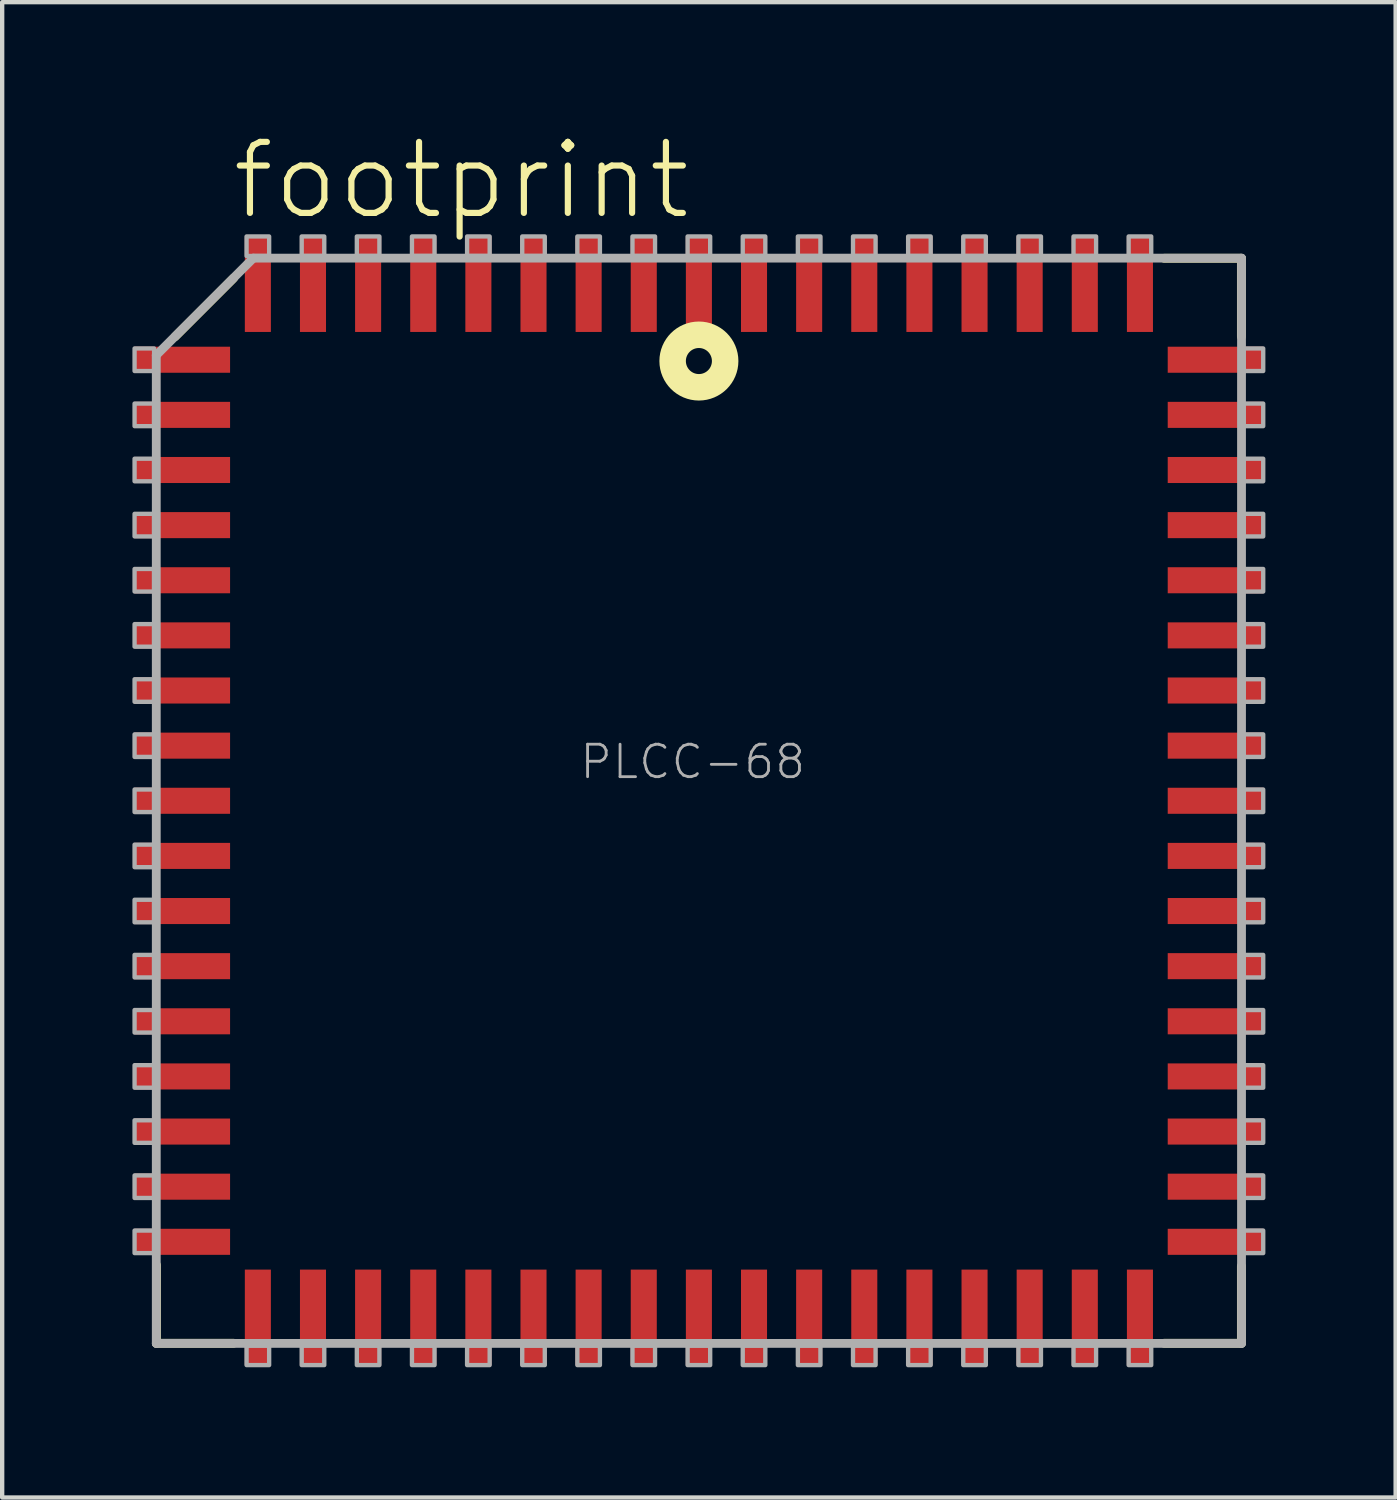
<source format=kicad_pcb>
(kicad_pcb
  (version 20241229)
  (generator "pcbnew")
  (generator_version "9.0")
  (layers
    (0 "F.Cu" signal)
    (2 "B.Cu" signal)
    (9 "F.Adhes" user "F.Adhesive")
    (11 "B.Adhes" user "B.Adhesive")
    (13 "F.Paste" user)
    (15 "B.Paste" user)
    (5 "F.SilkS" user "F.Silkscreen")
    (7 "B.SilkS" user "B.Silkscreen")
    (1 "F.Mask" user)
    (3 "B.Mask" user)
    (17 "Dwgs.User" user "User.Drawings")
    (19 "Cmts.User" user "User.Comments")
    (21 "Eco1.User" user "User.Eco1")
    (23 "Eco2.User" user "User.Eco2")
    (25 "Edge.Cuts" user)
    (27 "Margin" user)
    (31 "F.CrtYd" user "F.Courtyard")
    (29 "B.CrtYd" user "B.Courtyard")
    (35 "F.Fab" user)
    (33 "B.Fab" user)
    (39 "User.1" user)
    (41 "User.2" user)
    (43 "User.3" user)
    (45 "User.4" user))
  (footprint "footprint"
    (layer "F.Cu")
    (at 13.05 15.397)
    (property "Reference" "footprint" (at -10.825 -13.335 0) (layer "F.SilkS") (effects (font (size 1.636 1.636) (thickness 0.142)) (justify left bottom)))
    (fp_line (start -12.497 10.693) (end -12.497 12.497) (stroke (width 0.203) (type solid)) (layer "F.SilkS"))
    (fp_line (start -12.497 12.497) (end -10.719 12.497) (stroke (width 0.203) (type solid)) (layer "F.SilkS"))
    (fp_line (start -12.065 -10.693) (end -10.719 -12.04) (stroke (width 0.203) (type solid)) (layer "F.SilkS"))
    (fp_line (start 10.719 12.497) (end 12.497 12.497) (stroke (width 0.203) (type solid)) (layer "F.SilkS"))
    (fp_line (start 12.497 -12.497) (end 10.719 -12.497) (stroke (width 0.203) (type solid)) (layer "F.SilkS"))
    (fp_line (start 12.497 -10.693) (end 12.497 -12.497) (stroke (width 0.203) (type solid)) (layer "F.SilkS"))
    (fp_line (start 12.497 12.497) (end 12.497 10.719) (stroke (width 0.203) (type solid)) (layer "F.SilkS"))
    (fp_circle (center 0 -10.13) (end 0.3 -10.13) (stroke (width 0.61) (type solid)) (fill no) (layer "F.SilkS"))
    (fp_line (start -12.5 -10.265) (end -12.5 12.5) (stroke (width 0.203) (type solid)) (layer "F.Fab"))
    (fp_line (start -12.5 12.5) (end 12.5 12.5) (stroke (width 0.203) (type solid)) (layer "F.Fab"))
    (fp_line (start -10.265 -12.5) (end -12.5 -10.265) (stroke (width 0.203) (type solid)) (layer "F.Fab"))
    (fp_line (start 12.5 -12.5) (end -10.265 -12.5) (stroke (width 0.203) (type solid)) (layer "F.Fab"))
    (fp_line (start 12.5 12.5) (end 12.5 -12.5) (stroke (width 0.203) (type solid)) (layer "F.Fab"))
    (fp_poly (pts (xy -13 -9.9) (xy -12.55 -9.9) (xy -12.55 -10.42) (xy -13 -10.42)) (stroke (width 0.1) (type solid)) (fill no) (layer "F.Fab"))
    (fp_poly (pts (xy -13 -8.63) (xy -12.55 -8.63) (xy -12.55 -9.15) (xy -13 -9.15)) (stroke (width 0.1) (type solid)) (fill no) (layer "F.Fab"))
    (fp_poly (pts (xy -13 -7.36) (xy -12.55 -7.36) (xy -12.55 -7.88) (xy -13 -7.88)) (stroke (width 0.1) (type solid)) (fill no) (layer "F.Fab"))
    (fp_poly (pts (xy -13 -6.09) (xy -12.55 -6.09) (xy -12.55 -6.61) (xy -13 -6.61)) (stroke (width 0.1) (type solid)) (fill no) (layer "F.Fab"))
    (fp_poly (pts (xy -13 -4.82) (xy -12.55 -4.82) (xy -12.55 -5.34) (xy -13 -5.34)) (stroke (width 0.1) (type solid)) (fill no) (layer "F.Fab"))
    (fp_poly (pts (xy -13 -3.55) (xy -12.55 -3.55) (xy -12.55 -4.07) (xy -13 -4.07)) (stroke (width 0.1) (type solid)) (fill no) (layer "F.Fab"))
    (fp_poly (pts (xy -13 -2.28) (xy -12.55 -2.28) (xy -12.55 -2.8) (xy -13 -2.8)) (stroke (width 0.1) (type solid)) (fill no) (layer "F.Fab"))
    (fp_poly (pts (xy -13 -1.01) (xy -12.55 -1.01) (xy -12.55 -1.53) (xy -13 -1.53)) (stroke (width 0.1) (type solid)) (fill no) (layer "F.Fab"))
    (fp_poly (pts (xy -13 0.26) (xy -12.55 0.26) (xy -12.55 -0.26) (xy -13 -0.26)) (stroke (width 0.1) (type solid)) (fill no) (layer "F.Fab"))
    (fp_poly (pts (xy -13 1.53) (xy -12.55 1.53) (xy -12.55 1.01) (xy -13 1.01)) (stroke (width 0.1) (type solid)) (fill no) (layer "F.Fab"))
    (fp_poly (pts (xy -13 2.8) (xy -12.55 2.8) (xy -12.55 2.28) (xy -13 2.28)) (stroke (width 0.1) (type solid)) (fill no) (layer "F.Fab"))
    (fp_poly (pts (xy -13 4.07) (xy -12.55 4.07) (xy -12.55 3.55) (xy -13 3.55)) (stroke (width 0.1) (type solid)) (fill no) (layer "F.Fab"))
    (fp_poly (pts (xy -13 5.34) (xy -12.55 5.34) (xy -12.55 4.82) (xy -13 4.82)) (stroke (width 0.1) (type solid)) (fill no) (layer "F.Fab"))
    (fp_poly (pts (xy -13 6.61) (xy -12.55 6.61) (xy -12.55 6.09) (xy -13 6.09)) (stroke (width 0.1) (type solid)) (fill no) (layer "F.Fab"))
    (fp_poly (pts (xy -13 7.88) (xy -12.55 7.88) (xy -12.55 7.36) (xy -13 7.36)) (stroke (width 0.1) (type solid)) (fill no) (layer "F.Fab"))
    (fp_poly (pts (xy -13 9.15) (xy -12.55 9.15) (xy -12.55 8.63) (xy -13 8.63)) (stroke (width 0.1) (type solid)) (fill no) (layer "F.Fab"))
    (fp_poly (pts (xy -13 10.42) (xy -12.55 10.42) (xy -12.55 9.9) (xy -13 9.9)) (stroke (width 0.1) (type solid)) (fill no) (layer "F.Fab"))
    (fp_poly (pts (xy -10.42 -12.55) (xy -9.9 -12.55) (xy -9.9 -13) (xy -10.42 -13)) (stroke (width 0.1) (type solid)) (fill no) (layer "F.Fab"))
    (fp_poly (pts (xy -10.42 13) (xy -9.9 13) (xy -9.9 12.55) (xy -10.42 12.55)) (stroke (width 0.1) (type solid)) (fill no) (layer "F.Fab"))
    (fp_poly (pts (xy -9.15 -12.55) (xy -8.63 -12.55) (xy -8.63 -13) (xy -9.15 -13)) (stroke (width 0.1) (type solid)) (fill no) (layer "F.Fab"))
    (fp_poly (pts (xy -9.15 13) (xy -8.63 13) (xy -8.63 12.55) (xy -9.15 12.55)) (stroke (width 0.1) (type solid)) (fill no) (layer "F.Fab"))
    (fp_poly (pts (xy -7.88 -12.55) (xy -7.36 -12.55) (xy -7.36 -13) (xy -7.88 -13)) (stroke (width 0.1) (type solid)) (fill no) (layer "F.Fab"))
    (fp_poly (pts (xy -7.88 13) (xy -7.36 13) (xy -7.36 12.55) (xy -7.88 12.55)) (stroke (width 0.1) (type solid)) (fill no) (layer "F.Fab"))
    (fp_poly (pts (xy -6.61 -12.55) (xy -6.09 -12.55) (xy -6.09 -13) (xy -6.61 -13)) (stroke (width 0.1) (type solid)) (fill no) (layer "F.Fab"))
    (fp_poly (pts (xy -6.61 13) (xy -6.09 13) (xy -6.09 12.55) (xy -6.61 12.55)) (stroke (width 0.1) (type solid)) (fill no) (layer "F.Fab"))
    (fp_poly (pts (xy -5.34 -12.55) (xy -4.82 -12.55) (xy -4.82 -13) (xy -5.34 -13)) (stroke (width 0.1) (type solid)) (fill no) (layer "F.Fab"))
    (fp_poly (pts (xy -5.34 13) (xy -4.82 13) (xy -4.82 12.55) (xy -5.34 12.55)) (stroke (width 0.1) (type solid)) (fill no) (layer "F.Fab"))
    (fp_poly (pts (xy -4.07 -12.55) (xy -3.55 -12.55) (xy -3.55 -13) (xy -4.07 -13)) (stroke (width 0.1) (type solid)) (fill no) (layer "F.Fab"))
    (fp_poly (pts (xy -4.07 13) (xy -3.55 13) (xy -3.55 12.55) (xy -4.07 12.55)) (stroke (width 0.1) (type solid)) (fill no) (layer "F.Fab"))
    (fp_poly (pts (xy -2.8 -12.55) (xy -2.28 -12.55) (xy -2.28 -13) (xy -2.8 -13)) (stroke (width 0.1) (type solid)) (fill no) (layer "F.Fab"))
    (fp_poly (pts (xy -2.8 13) (xy -2.28 13) (xy -2.28 12.55) (xy -2.8 12.55)) (stroke (width 0.1) (type solid)) (fill no) (layer "F.Fab"))
    (fp_poly (pts (xy -1.53 -12.55) (xy -1.01 -12.55) (xy -1.01 -13) (xy -1.53 -13)) (stroke (width 0.1) (type solid)) (fill no) (layer "F.Fab"))
    (fp_poly (pts (xy -1.53 13) (xy -1.01 13) (xy -1.01 12.55) (xy -1.53 12.55)) (stroke (width 0.1) (type solid)) (fill no) (layer "F.Fab"))
    (fp_poly (pts (xy -0.26 -12.55) (xy 0.26 -12.55) (xy 0.26 -13) (xy -0.26 -13)) (stroke (width 0.1) (type solid)) (fill no) (layer "F.Fab"))
    (fp_poly (pts (xy -0.26 13) (xy 0.26 13) (xy 0.26 12.55) (xy -0.26 12.55)) (stroke (width 0.1) (type solid)) (fill no) (layer "F.Fab"))
    (fp_poly (pts (xy 1.01 -12.55) (xy 1.53 -12.55) (xy 1.53 -13) (xy 1.01 -13)) (stroke (width 0.1) (type solid)) (fill no) (layer "F.Fab"))
    (fp_poly (pts (xy 1.01 13) (xy 1.53 13) (xy 1.53 12.55) (xy 1.01 12.55)) (stroke (width 0.1) (type solid)) (fill no) (layer "F.Fab"))
    (fp_poly (pts (xy 2.28 -12.55) (xy 2.8 -12.55) (xy 2.8 -13) (xy 2.28 -13)) (stroke (width 0.1) (type solid)) (fill no) (layer "F.Fab"))
    (fp_poly (pts (xy 2.28 13) (xy 2.8 13) (xy 2.8 12.55) (xy 2.28 12.55)) (stroke (width 0.1) (type solid)) (fill no) (layer "F.Fab"))
    (fp_poly (pts (xy 3.55 -12.55) (xy 4.07 -12.55) (xy 4.07 -13) (xy 3.55 -13)) (stroke (width 0.1) (type solid)) (fill no) (layer "F.Fab"))
    (fp_poly (pts (xy 3.55 13) (xy 4.07 13) (xy 4.07 12.55) (xy 3.55 12.55)) (stroke (width 0.1) (type solid)) (fill no) (layer "F.Fab"))
    (fp_poly (pts (xy 4.82 -12.55) (xy 5.34 -12.55) (xy 5.34 -13) (xy 4.82 -13)) (stroke (width 0.1) (type solid)) (fill no) (layer "F.Fab"))
    (fp_poly (pts (xy 4.82 13) (xy 5.34 13) (xy 5.34 12.55) (xy 4.82 12.55)) (stroke (width 0.1) (type solid)) (fill no) (layer "F.Fab"))
    (fp_poly (pts (xy 6.09 -12.55) (xy 6.61 -12.55) (xy 6.61 -13) (xy 6.09 -13)) (stroke (width 0.1) (type solid)) (fill no) (layer "F.Fab"))
    (fp_poly (pts (xy 6.09 13) (xy 6.61 13) (xy 6.61 12.55) (xy 6.09 12.55)) (stroke (width 0.1) (type solid)) (fill no) (layer "F.Fab"))
    (fp_poly (pts (xy 7.36 -12.55) (xy 7.88 -12.55) (xy 7.88 -13) (xy 7.36 -13)) (stroke (width 0.1) (type solid)) (fill no) (layer "F.Fab"))
    (fp_poly (pts (xy 7.36 13) (xy 7.88 13) (xy 7.88 12.55) (xy 7.36 12.55)) (stroke (width 0.1) (type solid)) (fill no) (layer "F.Fab"))
    (fp_poly (pts (xy 8.63 -12.55) (xy 9.15 -12.55) (xy 9.15 -13) (xy 8.63 -13)) (stroke (width 0.1) (type solid)) (fill no) (layer "F.Fab"))
    (fp_poly (pts (xy 8.63 13) (xy 9.15 13) (xy 9.15 12.55) (xy 8.63 12.55)) (stroke (width 0.1) (type solid)) (fill no) (layer "F.Fab"))
    (fp_poly (pts (xy 9.9 -12.55) (xy 10.42 -12.55) (xy 10.42 -13) (xy 9.9 -13)) (stroke (width 0.1) (type solid)) (fill no) (layer "F.Fab"))
    (fp_poly (pts (xy 9.9 13) (xy 10.42 13) (xy 10.42 12.55) (xy 9.9 12.55)) (stroke (width 0.1) (type solid)) (fill no) (layer "F.Fab"))
    (fp_poly (pts (xy 12.55 -9.9) (xy 13 -9.9) (xy 13 -10.42) (xy 12.55 -10.42)) (stroke (width 0.1) (type solid)) (fill no) (layer "F.Fab"))
    (fp_poly (pts (xy 12.55 -8.63) (xy 13 -8.63) (xy 13 -9.15) (xy 12.55 -9.15)) (stroke (width 0.1) (type solid)) (fill no) (layer "F.Fab"))
    (fp_poly (pts (xy 12.55 -7.36) (xy 13 -7.36) (xy 13 -7.88) (xy 12.55 -7.88)) (stroke (width 0.1) (type solid)) (fill no) (layer "F.Fab"))
    (fp_poly (pts (xy 12.55 -6.09) (xy 13 -6.09) (xy 13 -6.61) (xy 12.55 -6.61)) (stroke (width 0.1) (type solid)) (fill no) (layer "F.Fab"))
    (fp_poly (pts (xy 12.55 -4.82) (xy 13 -4.82) (xy 13 -5.34) (xy 12.55 -5.34)) (stroke (width 0.1) (type solid)) (fill no) (layer "F.Fab"))
    (fp_poly (pts (xy 12.55 -3.55) (xy 13 -3.55) (xy 13 -4.07) (xy 12.55 -4.07)) (stroke (width 0.1) (type solid)) (fill no) (layer "F.Fab"))
    (fp_poly (pts (xy 12.55 -2.28) (xy 13 -2.28) (xy 13 -2.8) (xy 12.55 -2.8)) (stroke (width 0.1) (type solid)) (fill no) (layer "F.Fab"))
    (fp_poly (pts (xy 12.55 -1.01) (xy 13 -1.01) (xy 13 -1.53) (xy 12.55 -1.53)) (stroke (width 0.1) (type solid)) (fill no) (layer "F.Fab"))
    (fp_poly (pts (xy 12.55 0.26) (xy 13 0.26) (xy 13 -0.26) (xy 12.55 -0.26)) (stroke (width 0.1) (type solid)) (fill no) (layer "F.Fab"))
    (fp_poly (pts (xy 12.55 1.53) (xy 13 1.53) (xy 13 1.01) (xy 12.55 1.01)) (stroke (width 0.1) (type solid)) (fill no) (layer "F.Fab"))
    (fp_poly (pts (xy 12.55 2.8) (xy 13 2.8) (xy 13 2.28) (xy 12.55 2.28)) (stroke (width 0.1) (type solid)) (fill no) (layer "F.Fab"))
    (fp_poly (pts (xy 12.55 4.07) (xy 13 4.07) (xy 13 3.55) (xy 12.55 3.55)) (stroke (width 0.1) (type solid)) (fill no) (layer "F.Fab"))
    (fp_poly (pts (xy 12.55 5.34) (xy 13 5.34) (xy 13 4.82) (xy 12.55 4.82)) (stroke (width 0.1) (type solid)) (fill no) (layer "F.Fab"))
    (fp_poly (pts (xy 12.55 6.61) (xy 13 6.61) (xy 13 6.09) (xy 12.55 6.09)) (stroke (width 0.1) (type solid)) (fill no) (layer "F.Fab"))
    (fp_poly (pts (xy 12.55 7.88) (xy 13 7.88) (xy 13 7.36) (xy 12.55 7.36)) (stroke (width 0.1) (type solid)) (fill no) (layer "F.Fab"))
    (fp_poly (pts (xy 12.55 9.15) (xy 13 9.15) (xy 13 8.63) (xy 12.55 8.63)) (stroke (width 0.1) (type solid)) (fill no) (layer "F.Fab"))
    (fp_poly (pts (xy 12.55 10.42) (xy 13 10.42) (xy 13 9.9) (xy 12.55 9.9)) (stroke (width 0.1) (type solid)) (fill no) (layer "F.Fab"))
    (fp_text user "PLCC-68" (at -2.785 -0.46 0) (layer "F.Fab") (effects (font (size 0.748 0.748) (thickness 0.065)) (justify left bottom)))
    (pad "1" smd rect (at 0 -11.9) (size 0.6 2.2) (layers "F.Cu" "F.Mask" "F.Paste"))
    (pad "2" smd rect (at -1.27 -11.9) (size 0.6 2.2) (layers "F.Cu" "F.Mask" "F.Paste"))
    (pad "3" smd rect (at -2.54 -11.9) (size 0.6 2.2) (layers "F.Cu" "F.Mask" "F.Paste"))
    (pad "4" smd rect (at -3.81 -11.9) (size 0.6 2.2) (layers "F.Cu" "F.Mask" "F.Paste"))
    (pad "5" smd rect (at -5.08 -11.9) (size 0.6 2.2) (layers "F.Cu" "F.Mask" "F.Paste"))
    (pad "6" smd rect (at -6.35 -11.9) (size 0.6 2.2) (layers "F.Cu" "F.Mask" "F.Paste"))
    (pad "7" smd rect (at -7.62 -11.9) (size 0.6 2.2) (layers "F.Cu" "F.Mask" "F.Paste"))
    (pad "8" smd rect (at -8.89 -11.9) (size 0.6 2.2) (layers "F.Cu" "F.Mask" "F.Paste"))
    (pad "9" smd rect (at -10.16 -11.9) (size 0.6 2.2) (layers "F.Cu" "F.Mask" "F.Paste"))
    (pad "10" smd rect (at -11.9 -10.16) (size 2.2 0.6) (layers "F.Cu" "F.Mask" "F.Paste"))
    (pad "11" smd rect (at -11.9 -8.89) (size 2.2 0.6) (layers "F.Cu" "F.Mask" "F.Paste"))
    (pad "12" smd rect (at -11.9 -7.62) (size 2.2 0.6) (layers "F.Cu" "F.Mask" "F.Paste"))
    (pad "13" smd rect (at -11.9 -6.35) (size 2.2 0.6) (layers "F.Cu" "F.Mask" "F.Paste"))
    (pad "14" smd rect (at -11.9 -5.08) (size 2.2 0.6) (layers "F.Cu" "F.Mask" "F.Paste"))
    (pad "15" smd rect (at -11.9 -3.81) (size 2.2 0.6) (layers "F.Cu" "F.Mask" "F.Paste"))
    (pad "16" smd rect (at -11.9 -2.54) (size 2.2 0.6) (layers "F.Cu" "F.Mask" "F.Paste"))
    (pad "17" smd rect (at -11.9 -1.27) (size 2.2 0.6) (layers "F.Cu" "F.Mask" "F.Paste"))
    (pad "18" smd rect (at -11.9 0) (size 2.2 0.6) (layers "F.Cu" "F.Mask" "F.Paste"))
    (pad "19" smd rect (at -11.9 1.27) (size 2.2 0.6) (layers "F.Cu" "F.Mask" "F.Paste"))
    (pad "20" smd rect (at -11.9 2.54) (size 2.2 0.6) (layers "F.Cu" "F.Mask" "F.Paste"))
    (pad "21" smd rect (at -11.9 3.81) (size 2.2 0.6) (layers "F.Cu" "F.Mask" "F.Paste"))
    (pad "22" smd rect (at -11.9 5.08) (size 2.2 0.6) (layers "F.Cu" "F.Mask" "F.Paste"))
    (pad "23" smd rect (at -11.9 6.35) (size 2.2 0.6) (layers "F.Cu" "F.Mask" "F.Paste"))
    (pad "24" smd rect (at -11.9 7.62) (size 2.2 0.6) (layers "F.Cu" "F.Mask" "F.Paste"))
    (pad "25" smd rect (at -11.9 8.89) (size 2.2 0.6) (layers "F.Cu" "F.Mask" "F.Paste"))
    (pad "26" smd rect (at -11.9 10.16) (size 2.2 0.6) (layers "F.Cu" "F.Mask" "F.Paste"))
    (pad "27" smd rect (at -10.16 11.9) (size 0.6 2.2) (layers "F.Cu" "F.Mask" "F.Paste"))
    (pad "28" smd rect (at -8.89 11.9) (size 0.6 2.2) (layers "F.Cu" "F.Mask" "F.Paste"))
    (pad "29" smd rect (at -7.62 11.9) (size 0.6 2.2) (layers "F.Cu" "F.Mask" "F.Paste"))
    (pad "30" smd rect (at -6.35 11.9) (size 0.6 2.2) (layers "F.Cu" "F.Mask" "F.Paste"))
    (pad "31" smd rect (at -5.08 11.9) (size 0.6 2.2) (layers "F.Cu" "F.Mask" "F.Paste"))
    (pad "32" smd rect (at -3.81 11.9) (size 0.6 2.2) (layers "F.Cu" "F.Mask" "F.Paste"))
    (pad "33" smd rect (at -2.54 11.9) (size 0.6 2.2) (layers "F.Cu" "F.Mask" "F.Paste"))
    (pad "34" smd rect (at -1.27 11.9) (size 0.6 2.2) (layers "F.Cu" "F.Mask" "F.Paste"))
    (pad "35" smd rect (at 0 11.9) (size 0.6 2.2) (layers "F.Cu" "F.Mask" "F.Paste"))
    (pad "36" smd rect (at 1.27 11.9) (size 0.6 2.2) (layers "F.Cu" "F.Mask" "F.Paste"))
    (pad "37" smd rect (at 2.54 11.9) (size 0.6 2.2) (layers "F.Cu" "F.Mask" "F.Paste"))
    (pad "38" smd rect (at 3.81 11.9) (size 0.6 2.2) (layers "F.Cu" "F.Mask" "F.Paste"))
    (pad "39" smd rect (at 5.08 11.9) (size 0.6 2.2) (layers "F.Cu" "F.Mask" "F.Paste"))
    (pad "40" smd rect (at 6.35 11.9) (size 0.6 2.2) (layers "F.Cu" "F.Mask" "F.Paste"))
    (pad "41" smd rect (at 7.62 11.9) (size 0.6 2.2) (layers "F.Cu" "F.Mask" "F.Paste"))
    (pad "42" smd rect (at 8.89 11.9) (size 0.6 2.2) (layers "F.Cu" "F.Mask" "F.Paste"))
    (pad "43" smd rect (at 10.16 11.9) (size 0.6 2.2) (layers "F.Cu" "F.Mask" "F.Paste"))
    (pad "44" smd rect (at 11.9 10.16) (size 2.2 0.6) (layers "F.Cu" "F.Mask" "F.Paste"))
    (pad "45" smd rect (at 11.9 8.89) (size 2.2 0.6) (layers "F.Cu" "F.Mask" "F.Paste"))
    (pad "46" smd rect (at 11.9 7.62) (size 2.2 0.6) (layers "F.Cu" "F.Mask" "F.Paste"))
    (pad "47" smd rect (at 11.9 6.35) (size 2.2 0.6) (layers "F.Cu" "F.Mask" "F.Paste"))
    (pad "48" smd rect (at 11.9 5.08) (size 2.2 0.6) (layers "F.Cu" "F.Mask" "F.Paste"))
    (pad "49" smd rect (at 11.9 3.81) (size 2.2 0.6) (layers "F.Cu" "F.Mask" "F.Paste"))
    (pad "50" smd rect (at 11.9 2.54) (size 2.2 0.6) (layers "F.Cu" "F.Mask" "F.Paste"))
    (pad "51" smd rect (at 11.9 1.27) (size 2.2 0.6) (layers "F.Cu" "F.Mask" "F.Paste"))
    (pad "52" smd rect (at 11.9 0) (size 2.2 0.6) (layers "F.Cu" "F.Mask" "F.Paste"))
    (pad "53" smd rect (at 11.9 -1.27) (size 2.2 0.6) (layers "F.Cu" "F.Mask" "F.Paste"))
    (pad "54" smd rect (at 11.9 -2.54) (size 2.2 0.6) (layers "F.Cu" "F.Mask" "F.Paste"))
    (pad "55" smd rect (at 11.9 -3.81) (size 2.2 0.6) (layers "F.Cu" "F.Mask" "F.Paste"))
    (pad "56" smd rect (at 11.9 -5.08) (size 2.2 0.6) (layers "F.Cu" "F.Mask" "F.Paste"))
    (pad "57" smd rect (at 11.9 -6.35) (size 2.2 0.6) (layers "F.Cu" "F.Mask" "F.Paste"))
    (pad "58" smd rect (at 11.9 -7.62) (size 2.2 0.6) (layers "F.Cu" "F.Mask" "F.Paste"))
    (pad "59" smd rect (at 11.9 -8.89) (size 2.2 0.6) (layers "F.Cu" "F.Mask" "F.Paste"))
    (pad "60" smd rect (at 11.9 -10.16) (size 2.2 0.6) (layers "F.Cu" "F.Mask" "F.Paste"))
    (pad "61" smd rect (at 10.16 -11.9) (size 0.6 2.2) (layers "F.Cu" "F.Mask" "F.Paste"))
    (pad "62" smd rect (at 8.89 -11.9) (size 0.6 2.2) (layers "F.Cu" "F.Mask" "F.Paste"))
    (pad "63" smd rect (at 7.62 -11.9) (size 0.6 2.2) (layers "F.Cu" "F.Mask" "F.Paste"))
    (pad "64" smd rect (at 6.35 -11.9) (size 0.6 2.2) (layers "F.Cu" "F.Mask" "F.Paste"))
    (pad "65" smd rect (at 5.08 -11.9) (size 0.6 2.2) (layers "F.Cu" "F.Mask" "F.Paste"))
    (pad "66" smd rect (at 3.81 -11.9) (size 0.6 2.2) (layers "F.Cu" "F.Mask" "F.Paste"))
    (pad "67" smd rect (at 2.54 -11.9) (size 0.6 2.2) (layers "F.Cu" "F.Mask" "F.Paste"))
    (pad "68" smd rect (at 1.27 -11.9) (size 0.6 2.2) (layers "F.Cu" "F.Mask" "F.Paste")))
  (gr_rect
    (start -3 -3)
    (end 29.1 31.447)
    (stroke (width 0.1) (type default))
    (fill no)
    (layer "Edge.Cuts")))
</source>
